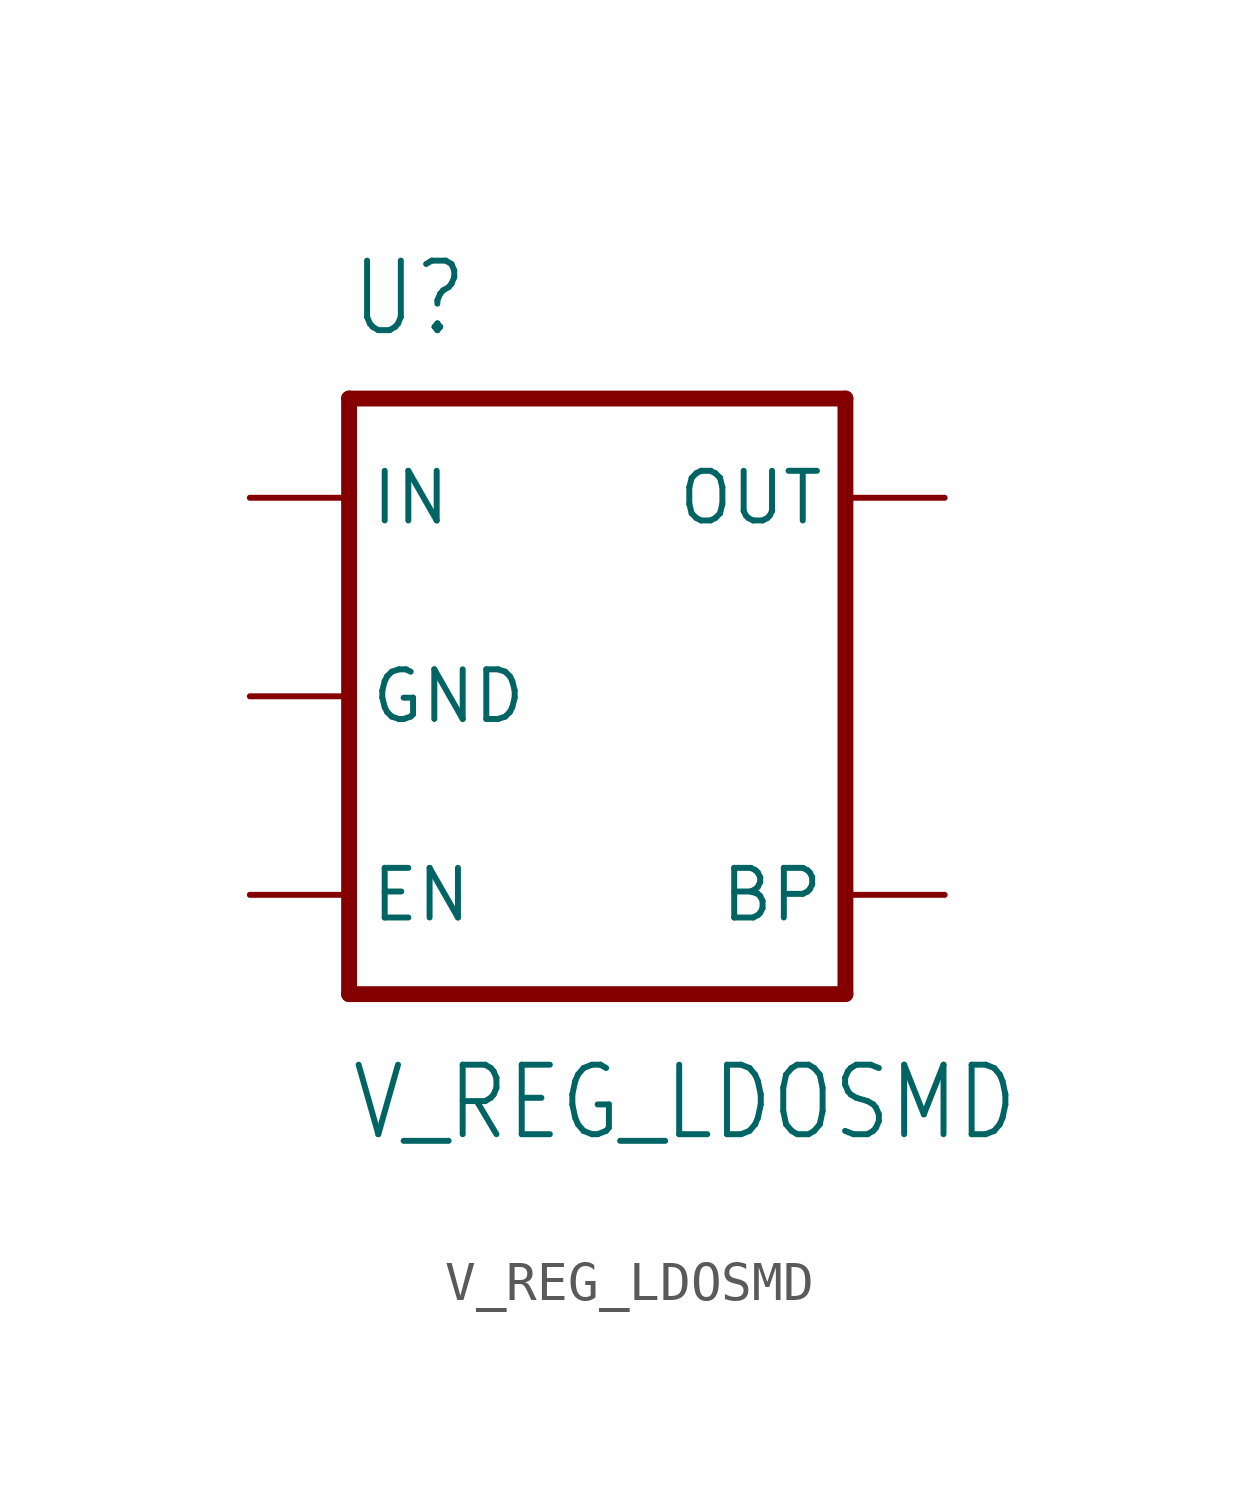
<source format=kicad_sym>
(kicad_symbol_lib
  (version 20211014)
  (generator kicad_symbol_editor)
  (symbol "V_REG_LDOSMD"
    (property "Reference" "U"
      (at -7.62 9.144 0)
      (effects (font (size 1.778 1.511)) (justify left bottom)))
    (property "Value" "V_REG_LDOSMD"
      (at -7.62 -11.43 0)
      (effects (font (size 1.778 1.511)) (justify left bottom)))
    (property "ki_locked" ""
      (at 0 0 0)
      (effects (font (size 1.27 1.27))))
    (symbol "V_REG_LDOSMD_1_0"
      (polyline (pts (xy -7.62 -7.62) (xy 5.08 -7.62)) (stroke (width 0.406) (type default) (color 0 0 0 0)) (fill (type none)))
      (polyline (pts (xy -7.62 7.62) (xy -7.62 -7.62)) (stroke (width 0.406) (type default) (color 0 0 0 0)) (fill (type none)))
      (polyline (pts (xy 5.08 -7.62) (xy 5.08 7.62)) (stroke (width 0.406) (type default) (color 0 0 0 0)) (fill (type none)))
      (polyline (pts (xy 5.08 7.62) (xy -7.62 7.62)) (stroke (width 0.406) (type default) (color 0 0 0 0)) (fill (type none)))
      (pin input line (at -10.16 5.08 0) (length 2.54) (name "IN" (effects (font (size 1.27 1.27)))) (number "1" (effects (font (size 0 0)))))
      (pin input line (at -10.16 0 0) (length 2.54) (name "GND" (effects (font (size 1.27 1.27)))) (number "2" (effects (font (size 0 0)))))
      (pin input line (at -10.16 -5.08 0) (length 2.54) (name "EN" (effects (font (size 1.27 1.27)))) (number "3" (effects (font (size 0 0)))))
      (pin input line (at 7.62 -5.08 180) (length 2.54) (name "BP" (effects (font (size 1.27 1.27)))) (number "4" (effects (font (size 0 0)))))
      (pin passive line (at 7.62 5.08 180) (length 2.54) (name "OUT" (effects (font (size 1.27 1.27)))) (number "5" (effects (font (size 0 0))))))))
</source>
